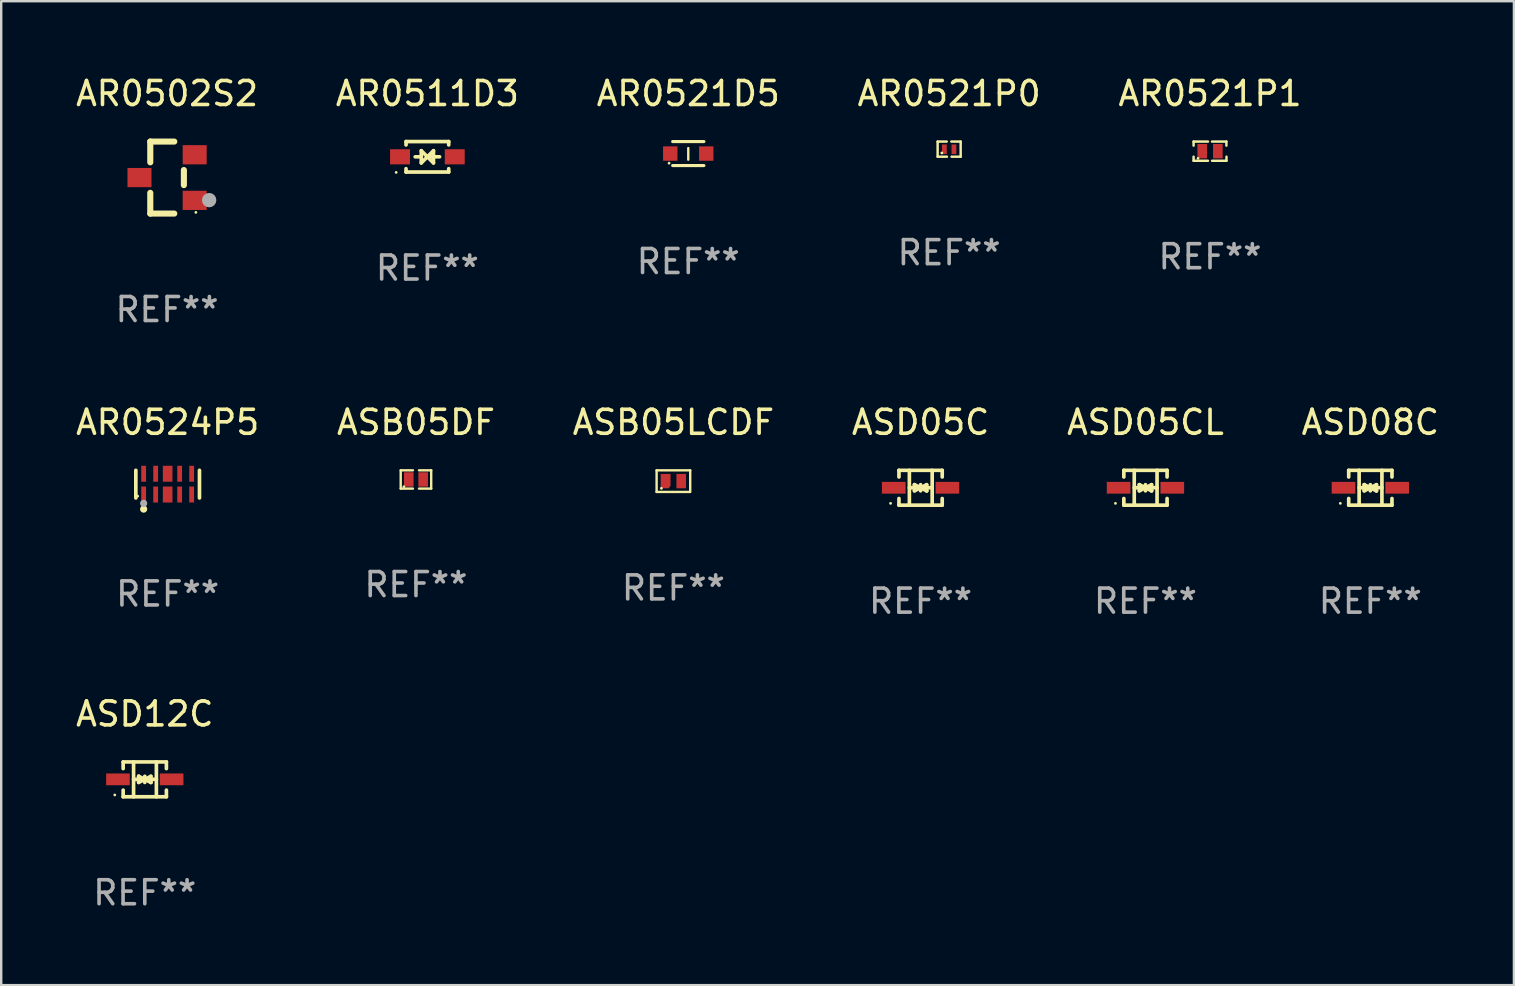
<source format=kicad_pcb>
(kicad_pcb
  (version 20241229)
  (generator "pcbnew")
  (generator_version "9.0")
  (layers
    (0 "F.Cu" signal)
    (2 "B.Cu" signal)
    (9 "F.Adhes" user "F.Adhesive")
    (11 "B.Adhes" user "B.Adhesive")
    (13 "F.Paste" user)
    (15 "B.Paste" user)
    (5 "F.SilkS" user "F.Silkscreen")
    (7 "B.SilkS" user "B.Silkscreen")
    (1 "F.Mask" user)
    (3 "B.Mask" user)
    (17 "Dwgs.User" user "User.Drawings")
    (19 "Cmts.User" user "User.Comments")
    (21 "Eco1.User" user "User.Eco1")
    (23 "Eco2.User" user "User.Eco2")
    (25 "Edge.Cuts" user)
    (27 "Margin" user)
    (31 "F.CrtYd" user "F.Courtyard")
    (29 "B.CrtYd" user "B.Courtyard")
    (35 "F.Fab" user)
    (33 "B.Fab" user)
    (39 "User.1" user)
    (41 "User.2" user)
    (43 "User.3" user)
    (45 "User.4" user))
  (footprint "ASD05CL"
    (layer "F.Cu")
    (at 44.673 17.271)
    (property "Reference" "ASD05CL" (at 0 -2.726 0) (layer "F.SilkS") (effects (font (size 1 1) (thickness 0.15))))
    (attr through_hole)
    (fp_line (start -0.901 -0.726) (end -0.901 -0.448) (stroke (width 0.152) (type solid)) (layer "F.SilkS"))
    (fp_line (start -0.901 0.726) (end -0.901 0.448) (stroke (width 0.152) (type solid)) (layer "F.SilkS"))
    (fp_line (start -0.467 0) (end 0.483 -0.003) (stroke (width 0.154) (type solid)) (layer "F.SilkS"))
    (fp_line (start -0.467 0.726) (end -0.467 -0.726) (stroke (width 0.152) (type solid)) (layer "F.SilkS"))
    (fp_line (start -0.254 -0.127) (end -0.254 -0.127) (stroke (width 0.154) (type solid)) (layer "F.SilkS"))
    (fp_line (start -0.254 -0.127) (end -0.002 -0.003) (stroke (width 0.154) (type solid)) (layer "F.SilkS"))
    (fp_line (start -0.254 0.127) (end -0.254 -0.127) (stroke (width 0.154) (type solid)) (layer "F.SilkS"))
    (fp_line (start -0.127 0) (end 0.003 0) (stroke (width 0.154) (type solid)) (layer "F.SilkS"))
    (fp_line (start -0.003 0) (end -0.254 0.127) (stroke (width 0.154) (type solid)) (layer "F.SilkS"))
    (fp_line (start 0 -0.127) (end 0 0.127) (stroke (width 0.154) (type solid)) (layer "F.SilkS"))
    (fp_line (start 0.003 0) (end 0.254 -0.127) (stroke (width 0.154) (type solid)) (layer "F.SilkS"))
    (fp_line (start 0.127 0) (end -0.003 0) (stroke (width 0.154) (type solid)) (layer "F.SilkS"))
    (fp_line (start 0.254 -0.127) (end 0.254 0.127) (stroke (width 0.154) (type solid)) (layer "F.SilkS"))
    (fp_line (start 0.254 0.127) (end 0.002 0.003) (stroke (width 0.154) (type solid)) (layer "F.SilkS"))
    (fp_line (start 0.254 0.127) (end 0.254 0.127) (stroke (width 0.154) (type solid)) (layer "F.SilkS"))
    (fp_line (start 0.483 0.726) (end 0.483 -0.726) (stroke (width 0.152) (type solid)) (layer "F.SilkS"))
    (fp_line (start 0.901 -0.726) (end -0.901 -0.726) (stroke (width 0.152) (type solid)) (layer "F.SilkS"))
    (fp_line (start 0.901 -0.726) (end 0.901 -0.448) (stroke (width 0.152) (type solid)) (layer "F.SilkS"))
    (fp_line (start 0.901 0.726) (end -0.901 0.726) (stroke (width 0.152) (type solid)) (layer "F.SilkS"))
    (fp_line (start 0.901 0.726) (end 0.901 0.448) (stroke (width 0.152) (type solid)) (layer "F.SilkS"))
    (fp_circle (center -1.25 0.65) (end -1.22 0.65) (stroke (width 0.06) (type solid)) (fill no) (layer "F.SilkS"))
    (fp_text user "REF**" (at 0 4.726 0) (layer "F.Fab") (effects (font (size 1 1) (thickness 0.15))))
    (pad "1" smd rect (at -1.118 0) (size 0.985 0.49) (layers "F.Cu" "F.Mask" "F.Paste"))
    (pad "2" smd rect (at 1.118 0) (size 0.985 0.49) (layers "F.Cu" "F.Mask" "F.Paste")))
  (footprint "AR0511D3"
    (layer "F.Cu")
    (at 14.756 3.483)
    (property "Reference" "AR0511D3" (at 0 -2.635 0) (layer "F.SilkS") (effects (font (size 1 1) (thickness 0.15))))
    (attr through_hole)
    (fp_line (start -0.889 -0.635) (end 0.889 -0.635) (stroke (width 0.152) (type solid)) (layer "F.SilkS"))
    (fp_line (start -0.889 -0.495) (end -0.889 -0.635) (stroke (width 0.152) (type solid)) (layer "F.SilkS"))
    (fp_line (start -0.889 0.635) (end -0.889 0.495) (stroke (width 0.152) (type solid)) (layer "F.SilkS"))
    (fp_line (start -0.889 0.635) (end 0.889 0.635) (stroke (width 0.152) (type solid)) (layer "F.SilkS"))
    (fp_line (start -0.508 -0.000051) (end -0.254 -0.000051) (stroke (width 0.152) (type solid)) (layer "F.SilkS"))
    (fp_line (start -0.254 -0.254) (end 0 -0.000051) (stroke (width 0.152) (type solid)) (layer "F.SilkS"))
    (fp_line (start -0.254 0.254) (end -0.254 -0.254) (stroke (width 0.152) (type solid)) (layer "F.SilkS"))
    (fp_line (start 0 -0.000051) (end -0.254 0.254) (stroke (width 0.152) (type solid)) (layer "F.SilkS"))
    (fp_line (start 0 -0.000051) (end 0.254 -0.254) (stroke (width 0.152) (type solid)) (layer "F.SilkS"))
    (fp_line (start 0.254 -0.254) (end 0.254 0.254) (stroke (width 0.152) (type solid)) (layer "F.SilkS"))
    (fp_line (start 0.254 0.254) (end 0 -0.000051) (stroke (width 0.152) (type solid)) (layer "F.SilkS"))
    (fp_line (start 0.508 -0.000051) (end 0.127 -0.000051) (stroke (width 0.152) (type solid)) (layer "F.SilkS"))
    (fp_line (start 0.889 -0.635) (end 0.889 -0.495) (stroke (width 0.152) (type solid)) (layer "F.SilkS"))
    (fp_line (start 0.889 0.495) (end 0.889 0.635) (stroke (width 0.152) (type solid)) (layer "F.SilkS"))
    (fp_circle (center -1.3 0.65) (end -1.27 0.65) (stroke (width 0.06) (type solid)) (fill no) (layer "F.SilkS"))
    (fp_text user "REF**" (at 0 4.635 0) (layer "F.Fab") (effects (font (size 1 1) (thickness 0.15))))
    (pad "1" smd rect (at -1.14 0.000152 90) (size 0.63 0.83) (layers "F.Cu" "F.Mask" "F.Paste"))
    (pad "2" smd rect (at 1.14 -0.000102 90) (size 0.63 0.83) (layers "F.Cu" "F.Mask" "F.Paste")))
  (footprint "AR0521D5"
    (layer "F.Cu")
    (at 25.625 3.348)
    (property "Reference" "AR0521D5" (at 0 -2.5 0) (layer "F.SilkS") (effects (font (size 1 1) (thickness 0.15))))
    (attr through_hole)
    (fp_line (start -0.65 -0.5) (end 0.65 -0.5) (stroke (width 0.13) (type solid)) (layer "F.SilkS"))
    (fp_line (start -0.65 0.5) (end 0.65 0.5) (stroke (width 0.13) (type solid)) (layer "F.SilkS"))
    (fp_line (start 0 -0.229) (end 0 0.254) (stroke (width 0.1) (type solid)) (layer "F.SilkS"))
    (fp_circle (center -0.8 0.4) (end -0.77 0.4) (stroke (width 0.06) (type solid)) (fill no) (layer "F.SilkS"))
    (fp_text user "REF**" (at 0 4.5 0) (layer "F.Fab") (effects (font (size 1 1) (thickness 0.15))))
    (pad "1" smd rect (at -0.75 0) (size 0.6 0.6) (layers "F.Cu" "F.Mask" "F.Paste"))
    (pad "2" smd rect (at 0.75 0 180) (size 0.6 0.6) (layers "F.Cu" "F.Mask" "F.Paste")))
  (footprint "AR0502S2"
    (layer "F.Cu")
    (at 3.911 4.348)
    (property "Reference" "AR0502S2" (at 0 -3.5 0) (layer "F.SilkS") (effects (font (size 1 1) (thickness 0.15))))
    (attr through_hole)
    (fp_line (start -0.7 -1.5) (end 0.3 -1.5) (stroke (width 0.254) (type solid)) (layer "F.SilkS"))
    (fp_line (start -0.7 -0.636) (end -0.7 -1.5) (stroke (width 0.254) (type solid)) (layer "F.SilkS"))
    (fp_line (start -0.7 1.5) (end -0.7 0.636) (stroke (width 0.254) (type solid)) (layer "F.SilkS"))
    (fp_line (start -0.7 1.5) (end 0.3 1.5) (stroke (width 0.254) (type solid)) (layer "F.SilkS"))
    (fp_line (start 0.7 0.314) (end 0.7 -0.314) (stroke (width 0.254) (type solid)) (layer "F.SilkS"))
    (fp_circle (center 1.2 1.45) (end 1.23 1.45) (stroke (width 0.06) (type solid)) (fill no) (layer "F.SilkS"))
    (fp_circle (center 1.753 0.94) (end 1.903 0.94) (stroke (width 0.3) (type solid)) (fill no) (layer "F.Fab"))
    (fp_text user "REF**" (at 0 5.5 0) (layer "F.Fab") (effects (font (size 1 1) (thickness 0.15))))
    (pad "1" smd rect (at 1.15 0.95 180) (size 1 0.8) (layers "F.Cu" "F.Mask" "F.Paste"))
    (pad "2" smd rect (at 1.15 -0.95 180) (size 1 0.8) (layers "F.Cu" "F.Mask" "F.Paste"))
    (pad "3" smd rect (at -1.15 -0.000051 180) (size 1 0.8) (layers "F.Cu" "F.Mask" "F.Paste")))
  (footprint "AR0521P0"
    (layer "F.Cu")
    (at 36.494 3.163)
    (property "Reference" "AR0521P0" (at 0 -2.315 0) (layer "F.SilkS") (effects (font (size 1 1) (thickness 0.15))))
    (attr through_hole)
    (fp_line (start -0.48 -0.315) (end -0.48 0.315) (stroke (width 0.102) (type solid)) (layer "F.SilkS"))
    (fp_line (start -0.48 0.315) (end -0.09 0.315) (stroke (width 0.102) (type solid)) (layer "F.SilkS"))
    (fp_line (start -0.48 -0.315) (end -0.1 -0.315) (stroke (width 0.102) (type solid)) (layer "F.SilkS"))
    (fp_line (start 0.48 0.315) (end 0.1 0.315) (stroke (width 0.102) (type solid)) (layer "F.SilkS"))
    (fp_line (start 0.48 -0.315) (end 0.09 -0.315) (stroke (width 0.102) (type solid)) (layer "F.SilkS"))
    (fp_line (start 0.48 0.315) (end 0.48 -0.315) (stroke (width 0.102) (type solid)) (layer "F.SilkS"))
    (fp_circle (center -0.305 0.16) (end -0.275 0.16) (stroke (width 0.06) (type solid)) (fill no) (layer "F.SilkS"))
    (fp_text user "REF**" (at 0 4.315 0) (layer "F.Fab") (effects (font (size 1 1) (thickness 0.15))))
    (pad "1" smd rect (at -0.2 0.005) (size 0.2 0.4) (layers "F.Cu" "F.Mask" "F.Paste"))
    (pad "2" smd rect (at 0.2 0.005) (size 0.2 0.4) (layers "F.Cu" "F.Mask" "F.Paste")))
  (footprint "ASB05LCDF"
    (layer "F.Cu")
    (at 25.006 16.995)
    (property "Reference" "ASB05LCDF" (at 0 -2.45 0) (layer "F.SilkS") (effects (font (size 1 1) (thickness 0.15))))
    (attr through_hole)
    (fp_line (start -0.7 -0.45) (end -0.7 0.45) (stroke (width 0.1) (type solid)) (layer "F.SilkS"))
    (fp_line (start -0.7 -0.45) (end 0.7 -0.45) (stroke (width 0.1) (type solid)) (layer "F.SilkS"))
    (fp_line (start -0.7 0.45) (end 0.69 0.45) (stroke (width 0.1) (type solid)) (layer "F.SilkS"))
    (fp_line (start 0.7 -0.45) (end 0.7 0.45) (stroke (width 0.1) (type solid)) (layer "F.SilkS"))
    (fp_circle (center -0.5 0.3) (end -0.47 0.3) (stroke (width 0.06) (type solid)) (fill no) (layer "F.SilkS"))
    (fp_text user "REF**" (at 0 4.45 0) (layer "F.Fab") (effects (font (size 1 1) (thickness 0.15))))
    (pad "1" smd custom (at -0.325 0) (size 0.41 0.6) (layers "F.Cu" "F.Mask" "F.Paste") (options (anchor circle)) (primitives (gr_poly (pts (xy -0.205 -0.3) (xy -0.205 0.3) (xy 0.125 0.3) (xy 0.205 0.2) (xy 0.205 -0.3) (xy -0.205 -0.3)) (width 0) (fill yes))))
    (pad "2" smd rect (at 0.325 0 90) (size 0.6 0.4) (layers "F.Cu" "F.Mask" "F.Paste")))
  (footprint "ASD05C"
    (layer "F.Cu")
    (at 35.304 17.271)
    (property "Reference" "ASD05C" (at 0 -2.726 0) (layer "F.SilkS") (effects (font (size 1 1) (thickness 0.15))))
    (attr through_hole)
    (fp_line (start -0.901 -0.726) (end -0.901 -0.448) (stroke (width 0.152) (type solid)) (layer "F.SilkS"))
    (fp_line (start -0.901 0.726) (end -0.901 0.448) (stroke (width 0.152) (type solid)) (layer "F.SilkS"))
    (fp_line (start -0.467 0) (end 0.483 -0.003) (stroke (width 0.154) (type solid)) (layer "F.SilkS"))
    (fp_line (start -0.467 0.726) (end -0.467 -0.726) (stroke (width 0.152) (type solid)) (layer "F.SilkS"))
    (fp_line (start -0.254 -0.127) (end -0.254 -0.127) (stroke (width 0.154) (type solid)) (layer "F.SilkS"))
    (fp_line (start -0.254 -0.127) (end -0.002 -0.003) (stroke (width 0.154) (type solid)) (layer "F.SilkS"))
    (fp_line (start -0.254 0.127) (end -0.254 -0.127) (stroke (width 0.154) (type solid)) (layer "F.SilkS"))
    (fp_line (start -0.127 0) (end 0.003 0) (stroke (width 0.154) (type solid)) (layer "F.SilkS"))
    (fp_line (start -0.003 0) (end -0.254 0.127) (stroke (width 0.154) (type solid)) (layer "F.SilkS"))
    (fp_line (start 0 -0.127) (end 0 0.127) (stroke (width 0.154) (type solid)) (layer "F.SilkS"))
    (fp_line (start 0.003 0) (end 0.254 -0.127) (stroke (width 0.154) (type solid)) (layer "F.SilkS"))
    (fp_line (start 0.127 0) (end -0.003 0) (stroke (width 0.154) (type solid)) (layer "F.SilkS"))
    (fp_line (start 0.254 -0.127) (end 0.254 0.127) (stroke (width 0.154) (type solid)) (layer "F.SilkS"))
    (fp_line (start 0.254 0.127) (end 0.002 0.003) (stroke (width 0.154) (type solid)) (layer "F.SilkS"))
    (fp_line (start 0.254 0.127) (end 0.254 0.127) (stroke (width 0.154) (type solid)) (layer "F.SilkS"))
    (fp_line (start 0.483 0.726) (end 0.483 -0.726) (stroke (width 0.152) (type solid)) (layer "F.SilkS"))
    (fp_line (start 0.901 -0.726) (end -0.901 -0.726) (stroke (width 0.152) (type solid)) (layer "F.SilkS"))
    (fp_line (start 0.901 -0.726) (end 0.901 -0.448) (stroke (width 0.152) (type solid)) (layer "F.SilkS"))
    (fp_line (start 0.901 0.726) (end -0.901 0.726) (stroke (width 0.152) (type solid)) (layer "F.SilkS"))
    (fp_line (start 0.901 0.726) (end 0.901 0.448) (stroke (width 0.152) (type solid)) (layer "F.SilkS"))
    (fp_circle (center -1.25 0.65) (end -1.22 0.65) (stroke (width 0.06) (type solid)) (fill no) (layer "F.SilkS"))
    (fp_text user "REF**" (at 0 4.726 0) (layer "F.Fab") (effects (font (size 1 1) (thickness 0.15))))
    (pad "1" smd rect (at -1.118 0) (size 0.985 0.49) (layers "F.Cu" "F.Mask" "F.Paste"))
    (pad "2" smd rect (at 1.118 0) (size 0.985 0.49) (layers "F.Cu" "F.Mask" "F.Paste")))
  (footprint "ASD12C"
    (layer "F.Cu")
    (at 2.982 29.42)
    (property "Reference" "ASD12C" (at 0 -2.726 0) (layer "F.SilkS") (effects (font (size 1 1) (thickness 0.15))))
    (attr through_hole)
    (fp_line (start -0.901 -0.726) (end -0.901 -0.448) (stroke (width 0.152) (type solid)) (layer "F.SilkS"))
    (fp_line (start -0.901 0.726) (end -0.901 0.448) (stroke (width 0.152) (type solid)) (layer "F.SilkS"))
    (fp_line (start -0.467 0) (end 0.483 -0.003) (stroke (width 0.154) (type solid)) (layer "F.SilkS"))
    (fp_line (start -0.467 0.726) (end -0.467 -0.726) (stroke (width 0.152) (type solid)) (layer "F.SilkS"))
    (fp_line (start -0.254 -0.127) (end -0.254 -0.127) (stroke (width 0.154) (type solid)) (layer "F.SilkS"))
    (fp_line (start -0.254 -0.127) (end -0.002 -0.003) (stroke (width 0.154) (type solid)) (layer "F.SilkS"))
    (fp_line (start -0.254 0.127) (end -0.254 -0.127) (stroke (width 0.154) (type solid)) (layer "F.SilkS"))
    (fp_line (start -0.127 0) (end 0.003 0) (stroke (width 0.154) (type solid)) (layer "F.SilkS"))
    (fp_line (start -0.003 0) (end -0.254 0.127) (stroke (width 0.154) (type solid)) (layer "F.SilkS"))
    (fp_line (start 0 -0.127) (end 0 0.127) (stroke (width 0.154) (type solid)) (layer "F.SilkS"))
    (fp_line (start 0.003 0) (end 0.254 -0.127) (stroke (width 0.154) (type solid)) (layer "F.SilkS"))
    (fp_line (start 0.127 0) (end -0.003 0) (stroke (width 0.154) (type solid)) (layer "F.SilkS"))
    (fp_line (start 0.254 -0.127) (end 0.254 0.127) (stroke (width 0.154) (type solid)) (layer "F.SilkS"))
    (fp_line (start 0.254 0.127) (end 0.002 0.003) (stroke (width 0.154) (type solid)) (layer "F.SilkS"))
    (fp_line (start 0.254 0.127) (end 0.254 0.127) (stroke (width 0.154) (type solid)) (layer "F.SilkS"))
    (fp_line (start 0.483 0.726) (end 0.483 -0.726) (stroke (width 0.152) (type solid)) (layer "F.SilkS"))
    (fp_line (start 0.901 -0.726) (end -0.901 -0.726) (stroke (width 0.152) (type solid)) (layer "F.SilkS"))
    (fp_line (start 0.901 -0.726) (end 0.901 -0.448) (stroke (width 0.152) (type solid)) (layer "F.SilkS"))
    (fp_line (start 0.901 0.726) (end -0.901 0.726) (stroke (width 0.152) (type solid)) (layer "F.SilkS"))
    (fp_line (start 0.901 0.726) (end 0.901 0.448) (stroke (width 0.152) (type solid)) (layer "F.SilkS"))
    (fp_circle (center -1.25 0.65) (end -1.22 0.65) (stroke (width 0.06) (type solid)) (fill no) (layer "F.SilkS"))
    (fp_text user "REF**" (at 0 4.726 0) (layer "F.Fab") (effects (font (size 1 1) (thickness 0.15))))
    (pad "1" smd rect (at -1.118 0) (size 0.985 0.49) (layers "F.Cu" "F.Mask" "F.Paste"))
    (pad "2" smd rect (at 1.118 0) (size 0.985 0.49) (layers "F.Cu" "F.Mask" "F.Paste")))
  (footprint "AR0524P5"
    (layer "F.Cu")
    (at 3.935 17.121)
    (property "Reference" "AR0524P5" (at 0 -2.576 0) (layer "F.SilkS") (effects (font (size 1 1) (thickness 0.15))))
    (attr through_hole)
    (fp_line (start -1.326 0.576) (end -1.326 -0.576) (stroke (width 0.152) (type solid)) (layer "F.SilkS"))
    (fp_line (start 1.326 0.576) (end 1.326 -0.576) (stroke (width 0.152) (type solid)) (layer "F.SilkS"))
    (fp_circle (center -1.25 0.5) (end -1.22 0.5) (stroke (width 0.06) (type solid)) (fill no) (layer "F.SilkS"))
    (fp_circle (center -1 1.04) (end -0.925 1.04) (stroke (width 0.15) (type solid)) (fill no) (layer "F.SilkS"))
    (fp_circle (center -1 0.8) (end -0.925 0.8) (stroke (width 0.15) (type solid)) (fill no) (layer "F.Fab"))
    (fp_text user "REF**" (at 0 4.576 0) (layer "F.Fab") (effects (font (size 1 1) (thickness 0.15))))
    (pad "1" smd rect (at -1 0.433) (size 0.2 0.665) (layers "F.Cu" "F.Mask" "F.Paste"))
    (pad "2" smd rect (at -0.5 0.433) (size 0.2 0.665) (layers "F.Cu" "F.Mask" "F.Paste"))
    (pad "3" smd rect (at 0 0.433) (size 0.4 0.665) (layers "F.Cu" "F.Mask" "F.Paste"))
    (pad "4" smd rect (at 0.5 0.433) (size 0.2 0.665) (layers "F.Cu" "F.Mask" "F.Paste"))
    (pad "5" smd rect (at 1 0.433) (size 0.2 0.665) (layers "F.Cu" "F.Mask" "F.Paste"))
    (pad "6" smd rect (at 1 -0.433) (size 0.2 0.665) (layers "F.Cu" "F.Mask" "F.Paste"))
    (pad "7" smd rect (at 0.5 -0.433) (size 0.2 0.665) (layers "F.Cu" "F.Mask" "F.Paste"))
    (pad "8" smd rect (at 0 -0.433) (size 0.4 0.665) (layers "F.Cu" "F.Mask" "F.Paste"))
    (pad "9" smd rect (at -0.5 -0.433) (size 0.2 0.665) (layers "F.Cu" "F.Mask" "F.Paste"))
    (pad "10" smd rect (at -1 -0.433) (size 0.2 0.665) (layers "F.Cu" "F.Mask" "F.Paste")))
  (footprint "ASD08C"
    (layer "F.Cu")
    (at 54.042 17.271)
    (property "Reference" "ASD08C" (at 0 -2.726 0) (layer "F.SilkS") (effects (font (size 1 1) (thickness 0.15))))
    (attr through_hole)
    (fp_line (start -0.901 -0.726) (end -0.901 -0.448) (stroke (width 0.152) (type solid)) (layer "F.SilkS"))
    (fp_line (start -0.901 0.726) (end -0.901 0.448) (stroke (width 0.152) (type solid)) (layer "F.SilkS"))
    (fp_line (start -0.467 0) (end 0.483 -0.003) (stroke (width 0.154) (type solid)) (layer "F.SilkS"))
    (fp_line (start -0.467 0.726) (end -0.467 -0.726) (stroke (width 0.152) (type solid)) (layer "F.SilkS"))
    (fp_line (start -0.254 -0.127) (end -0.254 -0.127) (stroke (width 0.154) (type solid)) (layer "F.SilkS"))
    (fp_line (start -0.254 -0.127) (end -0.002 -0.003) (stroke (width 0.154) (type solid)) (layer "F.SilkS"))
    (fp_line (start -0.254 0.127) (end -0.254 -0.127) (stroke (width 0.154) (type solid)) (layer "F.SilkS"))
    (fp_line (start -0.127 0) (end 0.003 0) (stroke (width 0.154) (type solid)) (layer "F.SilkS"))
    (fp_line (start -0.003 0) (end -0.254 0.127) (stroke (width 0.154) (type solid)) (layer "F.SilkS"))
    (fp_line (start 0 -0.127) (end 0 0.127) (stroke (width 0.154) (type solid)) (layer "F.SilkS"))
    (fp_line (start 0.003 0) (end 0.254 -0.127) (stroke (width 0.154) (type solid)) (layer "F.SilkS"))
    (fp_line (start 0.127 0) (end -0.003 0) (stroke (width 0.154) (type solid)) (layer "F.SilkS"))
    (fp_line (start 0.254 -0.127) (end 0.254 0.127) (stroke (width 0.154) (type solid)) (layer "F.SilkS"))
    (fp_line (start 0.254 0.127) (end 0.002 0.003) (stroke (width 0.154) (type solid)) (layer "F.SilkS"))
    (fp_line (start 0.254 0.127) (end 0.254 0.127) (stroke (width 0.154) (type solid)) (layer "F.SilkS"))
    (fp_line (start 0.483 0.726) (end 0.483 -0.726) (stroke (width 0.152) (type solid)) (layer "F.SilkS"))
    (fp_line (start 0.901 -0.726) (end -0.901 -0.726) (stroke (width 0.152) (type solid)) (layer "F.SilkS"))
    (fp_line (start 0.901 -0.726) (end 0.901 -0.448) (stroke (width 0.152) (type solid)) (layer "F.SilkS"))
    (fp_line (start 0.901 0.726) (end -0.901 0.726) (stroke (width 0.152) (type solid)) (layer "F.SilkS"))
    (fp_line (start 0.901 0.726) (end 0.901 0.448) (stroke (width 0.152) (type solid)) (layer "F.SilkS"))
    (fp_circle (center -1.25 0.65) (end -1.22 0.65) (stroke (width 0.06) (type solid)) (fill no) (layer "F.SilkS"))
    (fp_text user "REF**" (at 0 4.726 0) (layer "F.Fab") (effects (font (size 1 1) (thickness 0.15))))
    (pad "1" smd rect (at -1.118 0) (size 0.985 0.49) (layers "F.Cu" "F.Mask" "F.Paste"))
    (pad "2" smd rect (at 1.118 0) (size 0.985 0.49) (layers "F.Cu" "F.Mask" "F.Paste")))
  (footprint "AR0521P1"
    (layer "F.Cu")
    (at 47.363 3.248)
    (property "Reference" "AR0521P1" (at 0 -2.4 0) (layer "F.SilkS") (effects (font (size 1 1) (thickness 0.15))))
    (attr through_hole)
    (fp_line (start -0.685 -0.4) (end -0.685 -0.23) (stroke (width 0.102) (type solid)) (layer "F.SilkS"))
    (fp_line (start -0.685 0.4) (end -0.685 0.23) (stroke (width 0.102) (type solid)) (layer "F.SilkS"))
    (fp_line (start -0.085 -0.4) (end -0.685 -0.4) (stroke (width 0.102) (type solid)) (layer "F.SilkS"))
    (fp_line (start -0.085 0.4) (end -0.685 0.4) (stroke (width 0.102) (type solid)) (layer "F.SilkS"))
    (fp_line (start 0.082 -0.4) (end 0.682 -0.4) (stroke (width 0.102) (type solid)) (layer "F.SilkS"))
    (fp_line (start 0.085 0.4) (end 0.685 0.4) (stroke (width 0.102) (type solid)) (layer "F.SilkS"))
    (fp_line (start 0.682 -0.4) (end 0.682 -0.23) (stroke (width 0.102) (type solid)) (layer "F.SilkS"))
    (fp_line (start 0.685 0.4) (end 0.685 0.23) (stroke (width 0.102) (type solid)) (layer "F.SilkS"))
    (fp_circle (center -0.5 0.3) (end -0.47 0.3) (stroke (width 0.06) (type solid)) (fill no) (layer "F.SilkS"))
    (fp_text user "REF**" (at 0 4.4 0) (layer "F.Fab") (effects (font (size 1 1) (thickness 0.15))))
    (pad "1" smd rect (at -0.325 0) (size 0.4 0.6) (layers "F.Cu" "F.Mask" "F.Paste"))
    (pad "2" smd rect (at 0.325 0) (size 0.4 0.6) (layers "F.Cu" "F.Mask" "F.Paste")))
  (footprint "ASB05DF"
    (layer "F.Cu")
    (at 14.28 16.926)
    (property "Reference" "ASB05DF" (at 0 -2.381 0) (layer "F.SilkS") (effects (font (size 1 1) (thickness 0.15))))
    (attr through_hole)
    (fp_line (start -0.635 -0.381) (end -0.635 0.381) (stroke (width 0.1) (type solid)) (layer "F.SilkS"))
    (fp_line (start -0.635 0.381) (end -0.127 0.381) (stroke (width 0.1) (type solid)) (layer "F.SilkS"))
    (fp_line (start -0.127 -0.381) (end -0.635 -0.381) (stroke (width 0.1) (type solid)) (layer "F.SilkS"))
    (fp_line (start 0.127 0.381) (end 0.635 0.381) (stroke (width 0.1) (type solid)) (layer "F.SilkS"))
    (fp_line (start 0.635 -0.381) (end 0.127 -0.381) (stroke (width 0.1) (type solid)) (layer "F.SilkS"))
    (fp_line (start 0.635 0.381) (end 0.635 -0.381) (stroke (width 0.1) (type solid)) (layer "F.SilkS"))
    (fp_circle (center -0.502 0.301) (end -0.472 0.301) (stroke (width 0.06) (type solid)) (fill no) (layer "F.SilkS"))
    (fp_text user "REF**" (at 0 4.381 0) (layer "F.Fab") (effects (font (size 1 1) (thickness 0.15))))
    (pad "1" smd rect (at -0.3 0) (size 0.4 0.6) (layers "F.Cu" "F.Mask" "F.Paste"))
    (pad "2" smd rect (at 0.3 0) (size 0.4 0.6) (layers "F.Cu" "F.Mask" "F.Paste")))
  (gr_rect
    (start -3 -3)
    (end 60.024 37.994)
    (stroke (width 0.1) (type default))
    (fill no)
    (layer "Edge.Cuts")))
</source>
